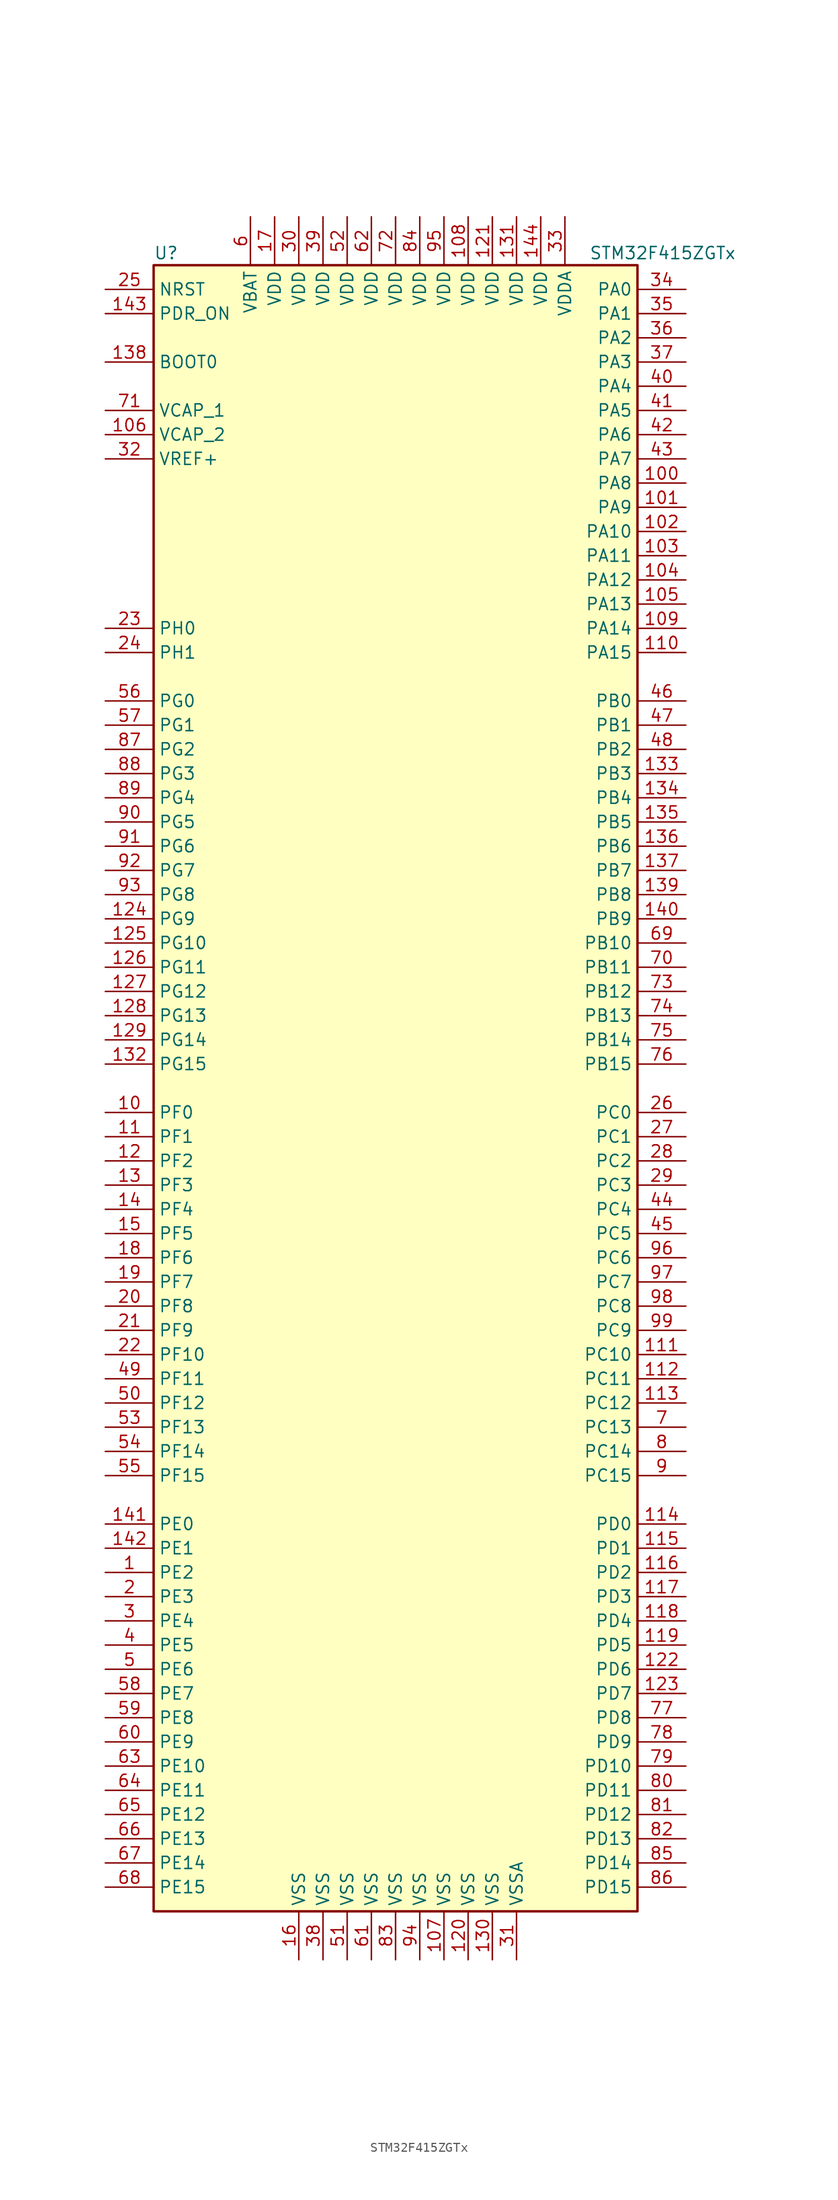
<source format=kicad_sym>
(kicad_symbol_lib
  (version 20211014)
  (generator kicad_symbol_editor)
  (symbol "STM32F415ZGTx"
    (property "Reference" "U"
      (at -25.4 87.63 0)
      (effects (font (size 1.27 1.27)) (justify left)))
    (property "Value" "STM32F415ZGTx"
      (at 20.32 87.63 0)
      (effects (font (size 1.27 1.27)) (justify left)))
    (symbol "STM32F415ZGTx_0_1"
      (rectangle (start -25.4 -86.36) (end 25.4 86.36) (stroke (width 0.254) (type default) (color 0 0 0 0)) (fill (type background))))
    (symbol "STM32F415ZGTx_1_1"
      (pin bidirectional line (at -30.48 -50.8 0) (length 5.08) (name "PE2" (effects (font (size 1.27 1.27)))) (number "1" (effects (font (size 1.27 1.27)))))
      (pin bidirectional line (at -30.48 -2.54 0) (length 5.08) (name "PF0" (effects (font (size 1.27 1.27)))) (number "10" (effects (font (size 1.27 1.27)))))
      (pin bidirectional line (at 30.48 63.5 180) (length 5.08) (name "PA8" (effects (font (size 1.27 1.27)))) (number "100" (effects (font (size 1.27 1.27)))))
      (pin bidirectional line (at 30.48 60.96 180) (length 5.08) (name "PA9" (effects (font (size 1.27 1.27)))) (number "101" (effects (font (size 1.27 1.27)))))
      (pin bidirectional line (at 30.48 58.42 180) (length 5.08) (name "PA10" (effects (font (size 1.27 1.27)))) (number "102" (effects (font (size 1.27 1.27)))))
      (pin bidirectional line (at 30.48 55.88 180) (length 5.08) (name "PA11" (effects (font (size 1.27 1.27)))) (number "103" (effects (font (size 1.27 1.27)))))
      (pin bidirectional line (at 30.48 53.34 180) (length 5.08) (name "PA12" (effects (font (size 1.27 1.27)))) (number "104" (effects (font (size 1.27 1.27)))))
      (pin bidirectional line (at 30.48 50.8 180) (length 5.08) (name "PA13" (effects (font (size 1.27 1.27)))) (number "105" (effects (font (size 1.27 1.27)))))
      (pin power_in line (at -30.48 68.58 0) (length 5.08) (name "VCAP_2" (effects (font (size 1.27 1.27)))) (number "106" (effects (font (size 1.27 1.27)))))
      (pin power_in line (at 5.08 -91.44 90) (length 5.08) (name "VSS" (effects (font (size 1.27 1.27)))) (number "107" (effects (font (size 1.27 1.27)))))
      (pin power_in line (at 7.62 91.44 270) (length 5.08) (name "VDD" (effects (font (size 1.27 1.27)))) (number "108" (effects (font (size 1.27 1.27)))))
      (pin bidirectional line (at 30.48 48.26 180) (length 5.08) (name "PA14" (effects (font (size 1.27 1.27)))) (number "109" (effects (font (size 1.27 1.27)))))
      (pin bidirectional line (at -30.48 -5.08 0) (length 5.08) (name "PF1" (effects (font (size 1.27 1.27)))) (number "11" (effects (font (size 1.27 1.27)))))
      (pin bidirectional line (at 30.48 45.72 180) (length 5.08) (name "PA15" (effects (font (size 1.27 1.27)))) (number "110" (effects (font (size 1.27 1.27)))))
      (pin bidirectional line (at 30.48 -27.94 180) (length 5.08) (name "PC10" (effects (font (size 1.27 1.27)))) (number "111" (effects (font (size 1.27 1.27)))))
      (pin bidirectional line (at 30.48 -30.48 180) (length 5.08) (name "PC11" (effects (font (size 1.27 1.27)))) (number "112" (effects (font (size 1.27 1.27)))))
      (pin bidirectional line (at 30.48 -33.02 180) (length 5.08) (name "PC12" (effects (font (size 1.27 1.27)))) (number "113" (effects (font (size 1.27 1.27)))))
      (pin bidirectional line (at 30.48 -45.72 180) (length 5.08) (name "PD0" (effects (font (size 1.27 1.27)))) (number "114" (effects (font (size 1.27 1.27)))))
      (pin bidirectional line (at 30.48 -48.26 180) (length 5.08) (name "PD1" (effects (font (size 1.27 1.27)))) (number "115" (effects (font (size 1.27 1.27)))))
      (pin bidirectional line (at 30.48 -50.8 180) (length 5.08) (name "PD2" (effects (font (size 1.27 1.27)))) (number "116" (effects (font (size 1.27 1.27)))))
      (pin bidirectional line (at 30.48 -53.34 180) (length 5.08) (name "PD3" (effects (font (size 1.27 1.27)))) (number "117" (effects (font (size 1.27 1.27)))))
      (pin bidirectional line (at 30.48 -55.88 180) (length 5.08) (name "PD4" (effects (font (size 1.27 1.27)))) (number "118" (effects (font (size 1.27 1.27)))))
      (pin bidirectional line (at 30.48 -58.42 180) (length 5.08) (name "PD5" (effects (font (size 1.27 1.27)))) (number "119" (effects (font (size 1.27 1.27)))))
      (pin bidirectional line (at -30.48 -7.62 0) (length 5.08) (name "PF2" (effects (font (size 1.27 1.27)))) (number "12" (effects (font (size 1.27 1.27)))))
      (pin power_in line (at 7.62 -91.44 90) (length 5.08) (name "VSS" (effects (font (size 1.27 1.27)))) (number "120" (effects (font (size 1.27 1.27)))))
      (pin power_in line (at 10.16 91.44 270) (length 5.08) (name "VDD" (effects (font (size 1.27 1.27)))) (number "121" (effects (font (size 1.27 1.27)))))
      (pin bidirectional line (at 30.48 -60.96 180) (length 5.08) (name "PD6" (effects (font (size 1.27 1.27)))) (number "122" (effects (font (size 1.27 1.27)))))
      (pin bidirectional line (at 30.48 -63.5 180) (length 5.08) (name "PD7" (effects (font (size 1.27 1.27)))) (number "123" (effects (font (size 1.27 1.27)))))
      (pin bidirectional line (at -30.48 17.78 0) (length 5.08) (name "PG9" (effects (font (size 1.27 1.27)))) (number "124" (effects (font (size 1.27 1.27)))))
      (pin bidirectional line (at -30.48 15.24 0) (length 5.08) (name "PG10" (effects (font (size 1.27 1.27)))) (number "125" (effects (font (size 1.27 1.27)))))
      (pin bidirectional line (at -30.48 12.7 0) (length 5.08) (name "PG11" (effects (font (size 1.27 1.27)))) (number "126" (effects (font (size 1.27 1.27)))))
      (pin bidirectional line (at -30.48 10.16 0) (length 5.08) (name "PG12" (effects (font (size 1.27 1.27)))) (number "127" (effects (font (size 1.27 1.27)))))
      (pin bidirectional line (at -30.48 7.62 0) (length 5.08) (name "PG13" (effects (font (size 1.27 1.27)))) (number "128" (effects (font (size 1.27 1.27)))))
      (pin bidirectional line (at -30.48 5.08 0) (length 5.08) (name "PG14" (effects (font (size 1.27 1.27)))) (number "129" (effects (font (size 1.27 1.27)))))
      (pin bidirectional line (at -30.48 -10.16 0) (length 5.08) (name "PF3" (effects (font (size 1.27 1.27)))) (number "13" (effects (font (size 1.27 1.27)))))
      (pin power_in line (at 10.16 -91.44 90) (length 5.08) (name "VSS" (effects (font (size 1.27 1.27)))) (number "130" (effects (font (size 1.27 1.27)))))
      (pin power_in line (at 12.7 91.44 270) (length 5.08) (name "VDD" (effects (font (size 1.27 1.27)))) (number "131" (effects (font (size 1.27 1.27)))))
      (pin bidirectional line (at -30.48 2.54 0) (length 5.08) (name "PG15" (effects (font (size 1.27 1.27)))) (number "132" (effects (font (size 1.27 1.27)))))
      (pin bidirectional line (at 30.48 33.02 180) (length 5.08) (name "PB3" (effects (font (size 1.27 1.27)))) (number "133" (effects (font (size 1.27 1.27)))))
      (pin bidirectional line (at 30.48 30.48 180) (length 5.08) (name "PB4" (effects (font (size 1.27 1.27)))) (number "134" (effects (font (size 1.27 1.27)))))
      (pin bidirectional line (at 30.48 27.94 180) (length 5.08) (name "PB5" (effects (font (size 1.27 1.27)))) (number "135" (effects (font (size 1.27 1.27)))))
      (pin bidirectional line (at 30.48 25.4 180) (length 5.08) (name "PB6" (effects (font (size 1.27 1.27)))) (number "136" (effects (font (size 1.27 1.27)))))
      (pin bidirectional line (at 30.48 22.86 180) (length 5.08) (name "PB7" (effects (font (size 1.27 1.27)))) (number "137" (effects (font (size 1.27 1.27)))))
      (pin input line (at -30.48 76.2 0) (length 5.08) (name "BOOT0" (effects (font (size 1.27 1.27)))) (number "138" (effects (font (size 1.27 1.27)))))
      (pin bidirectional line (at 30.48 20.32 180) (length 5.08) (name "PB8" (effects (font (size 1.27 1.27)))) (number "139" (effects (font (size 1.27 1.27)))))
      (pin bidirectional line (at -30.48 -12.7 0) (length 5.08) (name "PF4" (effects (font (size 1.27 1.27)))) (number "14" (effects (font (size 1.27 1.27)))))
      (pin bidirectional line (at 30.48 17.78 180) (length 5.08) (name "PB9" (effects (font (size 1.27 1.27)))) (number "140" (effects (font (size 1.27 1.27)))))
      (pin bidirectional line (at -30.48 -45.72 0) (length 5.08) (name "PE0" (effects (font (size 1.27 1.27)))) (number "141" (effects (font (size 1.27 1.27)))))
      (pin bidirectional line (at -30.48 -48.26 0) (length 5.08) (name "PE1" (effects (font (size 1.27 1.27)))) (number "142" (effects (font (size 1.27 1.27)))))
      (pin input line (at -30.48 81.28 0) (length 5.08) (name "PDR_ON" (effects (font (size 1.27 1.27)))) (number "143" (effects (font (size 1.27 1.27)))))
      (pin power_in line (at 15.24 91.44 270) (length 5.08) (name "VDD" (effects (font (size 1.27 1.27)))) (number "144" (effects (font (size 1.27 1.27)))))
      (pin bidirectional line (at -30.48 -15.24 0) (length 5.08) (name "PF5" (effects (font (size 1.27 1.27)))) (number "15" (effects (font (size 1.27 1.27)))))
      (pin power_in line (at -10.16 -91.44 90) (length 5.08) (name "VSS" (effects (font (size 1.27 1.27)))) (number "16" (effects (font (size 1.27 1.27)))))
      (pin power_in line (at -12.7 91.44 270) (length 5.08) (name "VDD" (effects (font (size 1.27 1.27)))) (number "17" (effects (font (size 1.27 1.27)))))
      (pin bidirectional line (at -30.48 -17.78 0) (length 5.08) (name "PF6" (effects (font (size 1.27 1.27)))) (number "18" (effects (font (size 1.27 1.27)))))
      (pin bidirectional line (at -30.48 -20.32 0) (length 5.08) (name "PF7" (effects (font (size 1.27 1.27)))) (number "19" (effects (font (size 1.27 1.27)))))
      (pin bidirectional line (at -30.48 -53.34 0) (length 5.08) (name "PE3" (effects (font (size 1.27 1.27)))) (number "2" (effects (font (size 1.27 1.27)))))
      (pin bidirectional line (at -30.48 -22.86 0) (length 5.08) (name "PF8" (effects (font (size 1.27 1.27)))) (number "20" (effects (font (size 1.27 1.27)))))
      (pin bidirectional line (at -30.48 -25.4 0) (length 5.08) (name "PF9" (effects (font (size 1.27 1.27)))) (number "21" (effects (font (size 1.27 1.27)))))
      (pin bidirectional line (at -30.48 -27.94 0) (length 5.08) (name "PF10" (effects (font (size 1.27 1.27)))) (number "22" (effects (font (size 1.27 1.27)))))
      (pin input line (at -30.48 48.26 0) (length 5.08) (name "PH0" (effects (font (size 1.27 1.27)))) (number "23" (effects (font (size 1.27 1.27)))))
      (pin input line (at -30.48 45.72 0) (length 5.08) (name "PH1" (effects (font (size 1.27 1.27)))) (number "24" (effects (font (size 1.27 1.27)))))
      (pin input line (at -30.48 83.82 0) (length 5.08) (name "NRST" (effects (font (size 1.27 1.27)))) (number "25" (effects (font (size 1.27 1.27)))))
      (pin bidirectional line (at 30.48 -2.54 180) (length 5.08) (name "PC0" (effects (font (size 1.27 1.27)))) (number "26" (effects (font (size 1.27 1.27)))))
      (pin bidirectional line (at 30.48 -5.08 180) (length 5.08) (name "PC1" (effects (font (size 1.27 1.27)))) (number "27" (effects (font (size 1.27 1.27)))))
      (pin bidirectional line (at 30.48 -7.62 180) (length 5.08) (name "PC2" (effects (font (size 1.27 1.27)))) (number "28" (effects (font (size 1.27 1.27)))))
      (pin bidirectional line (at 30.48 -10.16 180) (length 5.08) (name "PC3" (effects (font (size 1.27 1.27)))) (number "29" (effects (font (size 1.27 1.27)))))
      (pin bidirectional line (at -30.48 -55.88 0) (length 5.08) (name "PE4" (effects (font (size 1.27 1.27)))) (number "3" (effects (font (size 1.27 1.27)))))
      (pin power_in line (at -10.16 91.44 270) (length 5.08) (name "VDD" (effects (font (size 1.27 1.27)))) (number "30" (effects (font (size 1.27 1.27)))))
      (pin power_in line (at 12.7 -91.44 90) (length 5.08) (name "VSSA" (effects (font (size 1.27 1.27)))) (number "31" (effects (font (size 1.27 1.27)))))
      (pin power_in line (at -30.48 66.04 0) (length 5.08) (name "VREF+" (effects (font (size 1.27 1.27)))) (number "32" (effects (font (size 1.27 1.27)))))
      (pin power_in line (at 17.78 91.44 270) (length 5.08) (name "VDDA" (effects (font (size 1.27 1.27)))) (number "33" (effects (font (size 1.27 1.27)))))
      (pin bidirectional line (at 30.48 83.82 180) (length 5.08) (name "PA0" (effects (font (size 1.27 1.27)))) (number "34" (effects (font (size 1.27 1.27)))))
      (pin bidirectional line (at 30.48 81.28 180) (length 5.08) (name "PA1" (effects (font (size 1.27 1.27)))) (number "35" (effects (font (size 1.27 1.27)))))
      (pin bidirectional line (at 30.48 78.74 180) (length 5.08) (name "PA2" (effects (font (size 1.27 1.27)))) (number "36" (effects (font (size 1.27 1.27)))))
      (pin bidirectional line (at 30.48 76.2 180) (length 5.08) (name "PA3" (effects (font (size 1.27 1.27)))) (number "37" (effects (font (size 1.27 1.27)))))
      (pin power_in line (at -7.62 -91.44 90) (length 5.08) (name "VSS" (effects (font (size 1.27 1.27)))) (number "38" (effects (font (size 1.27 1.27)))))
      (pin power_in line (at -7.62 91.44 270) (length 5.08) (name "VDD" (effects (font (size 1.27 1.27)))) (number "39" (effects (font (size 1.27 1.27)))))
      (pin bidirectional line (at -30.48 -58.42 0) (length 5.08) (name "PE5" (effects (font (size 1.27 1.27)))) (number "4" (effects (font (size 1.27 1.27)))))
      (pin bidirectional line (at 30.48 73.66 180) (length 5.08) (name "PA4" (effects (font (size 1.27 1.27)))) (number "40" (effects (font (size 1.27 1.27)))))
      (pin bidirectional line (at 30.48 71.12 180) (length 5.08) (name "PA5" (effects (font (size 1.27 1.27)))) (number "41" (effects (font (size 1.27 1.27)))))
      (pin bidirectional line (at 30.48 68.58 180) (length 5.08) (name "PA6" (effects (font (size 1.27 1.27)))) (number "42" (effects (font (size 1.27 1.27)))))
      (pin bidirectional line (at 30.48 66.04 180) (length 5.08) (name "PA7" (effects (font (size 1.27 1.27)))) (number "43" (effects (font (size 1.27 1.27)))))
      (pin bidirectional line (at 30.48 -12.7 180) (length 5.08) (name "PC4" (effects (font (size 1.27 1.27)))) (number "44" (effects (font (size 1.27 1.27)))))
      (pin bidirectional line (at 30.48 -15.24 180) (length 5.08) (name "PC5" (effects (font (size 1.27 1.27)))) (number "45" (effects (font (size 1.27 1.27)))))
      (pin bidirectional line (at 30.48 40.64 180) (length 5.08) (name "PB0" (effects (font (size 1.27 1.27)))) (number "46" (effects (font (size 1.27 1.27)))))
      (pin bidirectional line (at 30.48 38.1 180) (length 5.08) (name "PB1" (effects (font (size 1.27 1.27)))) (number "47" (effects (font (size 1.27 1.27)))))
      (pin bidirectional line (at 30.48 35.56 180) (length 5.08) (name "PB2" (effects (font (size 1.27 1.27)))) (number "48" (effects (font (size 1.27 1.27)))))
      (pin bidirectional line (at -30.48 -30.48 0) (length 5.08) (name "PF11" (effects (font (size 1.27 1.27)))) (number "49" (effects (font (size 1.27 1.27)))))
      (pin bidirectional line (at -30.48 -60.96 0) (length 5.08) (name "PE6" (effects (font (size 1.27 1.27)))) (number "5" (effects (font (size 1.27 1.27)))))
      (pin bidirectional line (at -30.48 -33.02 0) (length 5.08) (name "PF12" (effects (font (size 1.27 1.27)))) (number "50" (effects (font (size 1.27 1.27)))))
      (pin power_in line (at -5.08 -91.44 90) (length 5.08) (name "VSS" (effects (font (size 1.27 1.27)))) (number "51" (effects (font (size 1.27 1.27)))))
      (pin power_in line (at -5.08 91.44 270) (length 5.08) (name "VDD" (effects (font (size 1.27 1.27)))) (number "52" (effects (font (size 1.27 1.27)))))
      (pin bidirectional line (at -30.48 -35.56 0) (length 5.08) (name "PF13" (effects (font (size 1.27 1.27)))) (number "53" (effects (font (size 1.27 1.27)))))
      (pin bidirectional line (at -30.48 -38.1 0) (length 5.08) (name "PF14" (effects (font (size 1.27 1.27)))) (number "54" (effects (font (size 1.27 1.27)))))
      (pin bidirectional line (at -30.48 -40.64 0) (length 5.08) (name "PF15" (effects (font (size 1.27 1.27)))) (number "55" (effects (font (size 1.27 1.27)))))
      (pin bidirectional line (at -30.48 40.64 0) (length 5.08) (name "PG0" (effects (font (size 1.27 1.27)))) (number "56" (effects (font (size 1.27 1.27)))))
      (pin bidirectional line (at -30.48 38.1 0) (length 5.08) (name "PG1" (effects (font (size 1.27 1.27)))) (number "57" (effects (font (size 1.27 1.27)))))
      (pin bidirectional line (at -30.48 -63.5 0) (length 5.08) (name "PE7" (effects (font (size 1.27 1.27)))) (number "58" (effects (font (size 1.27 1.27)))))
      (pin bidirectional line (at -30.48 -66.04 0) (length 5.08) (name "PE8" (effects (font (size 1.27 1.27)))) (number "59" (effects (font (size 1.27 1.27)))))
      (pin power_in line (at -15.24 91.44 270) (length 5.08) (name "VBAT" (effects (font (size 1.27 1.27)))) (number "6" (effects (font (size 1.27 1.27)))))
      (pin bidirectional line (at -30.48 -68.58 0) (length 5.08) (name "PE9" (effects (font (size 1.27 1.27)))) (number "60" (effects (font (size 1.27 1.27)))))
      (pin power_in line (at -2.54 -91.44 90) (length 5.08) (name "VSS" (effects (font (size 1.27 1.27)))) (number "61" (effects (font (size 1.27 1.27)))))
      (pin power_in line (at -2.54 91.44 270) (length 5.08) (name "VDD" (effects (font (size 1.27 1.27)))) (number "62" (effects (font (size 1.27 1.27)))))
      (pin bidirectional line (at -30.48 -71.12 0) (length 5.08) (name "PE10" (effects (font (size 1.27 1.27)))) (number "63" (effects (font (size 1.27 1.27)))))
      (pin bidirectional line (at -30.48 -73.66 0) (length 5.08) (name "PE11" (effects (font (size 1.27 1.27)))) (number "64" (effects (font (size 1.27 1.27)))))
      (pin bidirectional line (at -30.48 -76.2 0) (length 5.08) (name "PE12" (effects (font (size 1.27 1.27)))) (number "65" (effects (font (size 1.27 1.27)))))
      (pin bidirectional line (at -30.48 -78.74 0) (length 5.08) (name "PE13" (effects (font (size 1.27 1.27)))) (number "66" (effects (font (size 1.27 1.27)))))
      (pin bidirectional line (at -30.48 -81.28 0) (length 5.08) (name "PE14" (effects (font (size 1.27 1.27)))) (number "67" (effects (font (size 1.27 1.27)))))
      (pin bidirectional line (at -30.48 -83.82 0) (length 5.08) (name "PE15" (effects (font (size 1.27 1.27)))) (number "68" (effects (font (size 1.27 1.27)))))
      (pin bidirectional line (at 30.48 15.24 180) (length 5.08) (name "PB10" (effects (font (size 1.27 1.27)))) (number "69" (effects (font (size 1.27 1.27)))))
      (pin bidirectional line (at 30.48 -35.56 180) (length 5.08) (name "PC13" (effects (font (size 1.27 1.27)))) (number "7" (effects (font (size 1.27 1.27)))))
      (pin bidirectional line (at 30.48 12.7 180) (length 5.08) (name "PB11" (effects (font (size 1.27 1.27)))) (number "70" (effects (font (size 1.27 1.27)))))
      (pin power_in line (at -30.48 71.12 0) (length 5.08) (name "VCAP_1" (effects (font (size 1.27 1.27)))) (number "71" (effects (font (size 1.27 1.27)))))
      (pin power_in line (at 0 91.44 270) (length 5.08) (name "VDD" (effects (font (size 1.27 1.27)))) (number "72" (effects (font (size 1.27 1.27)))))
      (pin bidirectional line (at 30.48 10.16 180) (length 5.08) (name "PB12" (effects (font (size 1.27 1.27)))) (number "73" (effects (font (size 1.27 1.27)))))
      (pin bidirectional line (at 30.48 7.62 180) (length 5.08) (name "PB13" (effects (font (size 1.27 1.27)))) (number "74" (effects (font (size 1.27 1.27)))))
      (pin bidirectional line (at 30.48 5.08 180) (length 5.08) (name "PB14" (effects (font (size 1.27 1.27)))) (number "75" (effects (font (size 1.27 1.27)))))
      (pin bidirectional line (at 30.48 2.54 180) (length 5.08) (name "PB15" (effects (font (size 1.27 1.27)))) (number "76" (effects (font (size 1.27 1.27)))))
      (pin bidirectional line (at 30.48 -66.04 180) (length 5.08) (name "PD8" (effects (font (size 1.27 1.27)))) (number "77" (effects (font (size 1.27 1.27)))))
      (pin bidirectional line (at 30.48 -68.58 180) (length 5.08) (name "PD9" (effects (font (size 1.27 1.27)))) (number "78" (effects (font (size 1.27 1.27)))))
      (pin bidirectional line (at 30.48 -71.12 180) (length 5.08) (name "PD10" (effects (font (size 1.27 1.27)))) (number "79" (effects (font (size 1.27 1.27)))))
      (pin bidirectional line (at 30.48 -38.1 180) (length 5.08) (name "PC14" (effects (font (size 1.27 1.27)))) (number "8" (effects (font (size 1.27 1.27)))))
      (pin bidirectional line (at 30.48 -73.66 180) (length 5.08) (name "PD11" (effects (font (size 1.27 1.27)))) (number "80" (effects (font (size 1.27 1.27)))))
      (pin bidirectional line (at 30.48 -76.2 180) (length 5.08) (name "PD12" (effects (font (size 1.27 1.27)))) (number "81" (effects (font (size 1.27 1.27)))))
      (pin bidirectional line (at 30.48 -78.74 180) (length 5.08) (name "PD13" (effects (font (size 1.27 1.27)))) (number "82" (effects (font (size 1.27 1.27)))))
      (pin power_in line (at 0 -91.44 90) (length 5.08) (name "VSS" (effects (font (size 1.27 1.27)))) (number "83" (effects (font (size 1.27 1.27)))))
      (pin power_in line (at 2.54 91.44 270) (length 5.08) (name "VDD" (effects (font (size 1.27 1.27)))) (number "84" (effects (font (size 1.27 1.27)))))
      (pin bidirectional line (at 30.48 -81.28 180) (length 5.08) (name "PD14" (effects (font (size 1.27 1.27)))) (number "85" (effects (font (size 1.27 1.27)))))
      (pin bidirectional line (at 30.48 -83.82 180) (length 5.08) (name "PD15" (effects (font (size 1.27 1.27)))) (number "86" (effects (font (size 1.27 1.27)))))
      (pin bidirectional line (at -30.48 35.56 0) (length 5.08) (name "PG2" (effects (font (size 1.27 1.27)))) (number "87" (effects (font (size 1.27 1.27)))))
      (pin bidirectional line (at -30.48 33.02 0) (length 5.08) (name "PG3" (effects (font (size 1.27 1.27)))) (number "88" (effects (font (size 1.27 1.27)))))
      (pin bidirectional line (at -30.48 30.48 0) (length 5.08) (name "PG4" (effects (font (size 1.27 1.27)))) (number "89" (effects (font (size 1.27 1.27)))))
      (pin bidirectional line (at 30.48 -40.64 180) (length 5.08) (name "PC15" (effects (font (size 1.27 1.27)))) (number "9" (effects (font (size 1.27 1.27)))))
      (pin bidirectional line (at -30.48 27.94 0) (length 5.08) (name "PG5" (effects (font (size 1.27 1.27)))) (number "90" (effects (font (size 1.27 1.27)))))
      (pin bidirectional line (at -30.48 25.4 0) (length 5.08) (name "PG6" (effects (font (size 1.27 1.27)))) (number "91" (effects (font (size 1.27 1.27)))))
      (pin bidirectional line (at -30.48 22.86 0) (length 5.08) (name "PG7" (effects (font (size 1.27 1.27)))) (number "92" (effects (font (size 1.27 1.27)))))
      (pin bidirectional line (at -30.48 20.32 0) (length 5.08) (name "PG8" (effects (font (size 1.27 1.27)))) (number "93" (effects (font (size 1.27 1.27)))))
      (pin power_in line (at 2.54 -91.44 90) (length 5.08) (name "VSS" (effects (font (size 1.27 1.27)))) (number "94" (effects (font (size 1.27 1.27)))))
      (pin power_in line (at 5.08 91.44 270) (length 5.08) (name "VDD" (effects (font (size 1.27 1.27)))) (number "95" (effects (font (size 1.27 1.27)))))
      (pin bidirectional line (at 30.48 -17.78 180) (length 5.08) (name "PC6" (effects (font (size 1.27 1.27)))) (number "96" (effects (font (size 1.27 1.27)))))
      (pin bidirectional line (at 30.48 -20.32 180) (length 5.08) (name "PC7" (effects (font (size 1.27 1.27)))) (number "97" (effects (font (size 1.27 1.27)))))
      (pin bidirectional line (at 30.48 -22.86 180) (length 5.08) (name "PC8" (effects (font (size 1.27 1.27)))) (number "98" (effects (font (size 1.27 1.27)))))
      (pin bidirectional line (at 30.48 -25.4 180) (length 5.08) (name "PC9" (effects (font (size 1.27 1.27)))) (number "99" (effects (font (size 1.27 1.27))))))))
</source>
